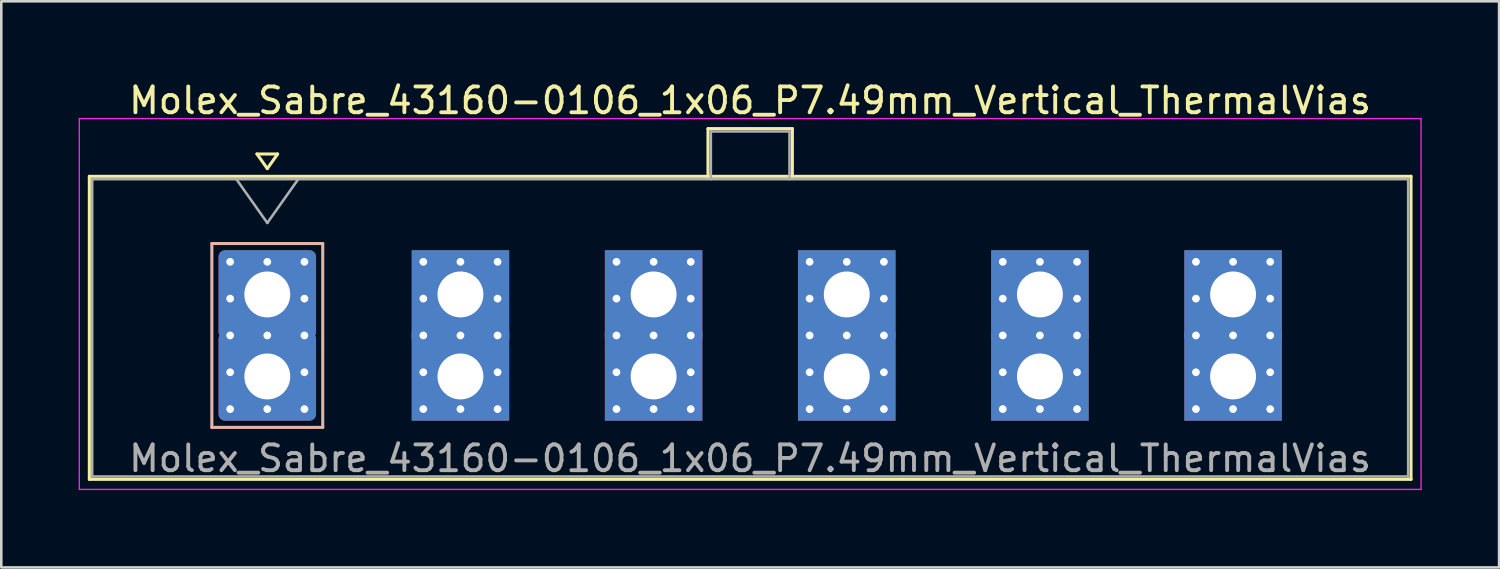
<source format=kicad_pcb>
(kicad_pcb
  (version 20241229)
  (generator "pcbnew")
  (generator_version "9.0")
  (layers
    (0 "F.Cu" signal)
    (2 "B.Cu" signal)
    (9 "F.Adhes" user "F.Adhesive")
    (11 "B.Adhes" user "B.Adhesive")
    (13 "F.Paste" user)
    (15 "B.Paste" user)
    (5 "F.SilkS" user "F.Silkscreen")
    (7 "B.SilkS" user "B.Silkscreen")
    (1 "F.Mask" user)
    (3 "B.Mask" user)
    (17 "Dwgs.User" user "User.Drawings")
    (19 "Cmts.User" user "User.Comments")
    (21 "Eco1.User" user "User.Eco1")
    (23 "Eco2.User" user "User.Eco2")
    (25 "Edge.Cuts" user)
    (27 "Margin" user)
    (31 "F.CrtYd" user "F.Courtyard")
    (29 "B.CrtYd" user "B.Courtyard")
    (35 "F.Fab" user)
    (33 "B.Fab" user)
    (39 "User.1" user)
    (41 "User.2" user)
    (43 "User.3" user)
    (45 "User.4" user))
  (footprint "Molex_Sabre_43160-0106_1x06_P7.49mm_Vertical_ThermalVias"
    (layer "F.Cu")
    (at 7.315 11.548)
    (property "Reference" "Molex_Sabre_43160-0106_1x06_P7.49mm_Vertical_ThermalVias" (at 18.72 -10.7 0) (layer "F.SilkS") (effects (font (size 1 1) (thickness 0.15))))
    (attr through_hole)
    (fp_line (start -6.9 -7.76) (end -6.9 3.99) (stroke (width 0.12) (type solid)) (layer "F.SilkS"))
    (fp_line (start -6.9 3.99) (end 44.35 3.99) (stroke (width 0.12) (type solid)) (layer "F.SilkS"))
    (fp_line (start -0.4 -8.626) (end 0 -8.06) (stroke (width 0.12) (type solid)) (layer "F.SilkS"))
    (fp_line (start 0 -8.06) (end 0.4 -8.626) (stroke (width 0.12) (type solid)) (layer "F.SilkS"))
    (fp_line (start 0.4 -8.626) (end -0.4 -8.626) (stroke (width 0.12) (type solid)) (layer "F.SilkS"))
    (fp_line (start 17.09 -9.61) (end 20.36 -9.61) (stroke (width 0.12) (type solid)) (layer "F.SilkS"))
    (fp_line (start 17.09 -7.76) (end 17.09 -9.61) (stroke (width 0.12) (type solid)) (layer "F.SilkS"))
    (fp_line (start 20.36 -9.61) (end 20.36 -7.76) (stroke (width 0.12) (type solid)) (layer "F.SilkS"))
    (fp_line (start 44.35 -7.76) (end -6.9 -7.76) (stroke (width 0.12) (type solid)) (layer "F.SilkS"))
    (fp_line (start 44.35 3.99) (end 44.35 -7.76) (stroke (width 0.12) (type solid)) (layer "F.SilkS"))
    (fp_line (start -2.15 -5.155) (end -2.15 1.975) (stroke (width 0.12) (type solid)) (layer "B.SilkS"))
    (fp_line (start -2.15 1.975) (end 2.15 1.975) (stroke (width 0.12) (type solid)) (layer "B.SilkS"))
    (fp_line (start 2.15 -5.155) (end -2.15 -5.155) (stroke (width 0.12) (type solid)) (layer "B.SilkS"))
    (fp_line (start 2.15 1.975) (end 2.15 -5.155) (stroke (width 0.12) (type solid)) (layer "B.SilkS"))
    (fp_line (start -7.29 -10) (end -7.29 4.38) (stroke (width 0.05) (type solid)) (layer "F.CrtYd"))
    (fp_line (start -7.29 4.38) (end 44.74 4.38) (stroke (width 0.05) (type solid)) (layer "F.CrtYd"))
    (fp_line (start 44.74 -10) (end -7.29 -10) (stroke (width 0.05) (type solid)) (layer "F.CrtYd"))
    (fp_line (start 44.74 4.38) (end 44.74 -10) (stroke (width 0.05) (type solid)) (layer "F.CrtYd"))
    (fp_line (start -6.79 -7.65) (end -6.79 3.88) (stroke (width 0.1) (type solid)) (layer "F.Fab"))
    (fp_line (start -6.79 3.88) (end 44.24 3.88) (stroke (width 0.1) (type solid)) (layer "F.Fab"))
    (fp_line (start -1.2 -7.65) (end 0 -5.953) (stroke (width 0.1) (type solid)) (layer "F.Fab"))
    (fp_line (start 0 -5.953) (end 1.2 -7.65) (stroke (width 0.1) (type solid)) (layer "F.Fab"))
    (fp_line (start 17.2 -9.5) (end 20.25 -9.5) (stroke (width 0.1) (type solid)) (layer "F.Fab"))
    (fp_line (start 17.2 -7.65) (end 17.2 -9.5) (stroke (width 0.1) (type solid)) (layer "F.Fab"))
    (fp_line (start 20.25 -9.5) (end 20.25 -7.65) (stroke (width 0.1) (type solid)) (layer "F.Fab"))
    (fp_line (start 44.24 -7.65) (end -6.79 -7.65) (stroke (width 0.1) (type solid)) (layer "F.Fab"))
    (fp_line (start 44.24 3.88) (end 44.24 -7.65) (stroke (width 0.1) (type solid)) (layer "F.Fab"))
    (fp_text user "${REFERENCE}" (at 18.72 3.18 0) (layer "F.Fab") (effects (font (size 1 1) (thickness 0.15))))
    (pad "1" thru_hole roundrect (at -1.44 -4.445) (size 0.6 0.6) (drill 0.3) (layers "*.Cu" "*.Mask") (roundrect_rratio 0.25))
    (pad "1" thru_hole roundrect (at -1.44 -3.018) (size 0.6 0.6) (drill 0.3) (layers "*.Cu" "*.Mask") (roundrect_rratio 0.25))
    (pad "1" thru_hole roundrect (at -1.44 -1.59) (size 0.6 0.6) (drill 0.3) (layers "*.Cu" "*.Mask") (roundrect_rratio 0.25))
    (pad "1" thru_hole roundrect (at -1.44 -0.163) (size 0.6 0.6) (drill 0.3) (layers "*.Cu" "*.Mask") (roundrect_rratio 0.25))
    (pad "1" thru_hole roundrect (at -1.44 1.265) (size 0.6 0.6) (drill 0.3) (layers "*.Cu" "*.Mask") (roundrect_rratio 0.25))
    (pad "1" thru_hole roundrect (at 0 -4.445) (size 0.6 0.6) (drill 0.3) (layers "*.Cu" "*.Mask") (roundrect_rratio 0.25))
    (pad "1" thru_hole roundrect (at 0 -3.18) (size 3.78 3.43) (drill 1.78) (layers "*.Cu" "*.Mask") (roundrect_rratio 0.073))
    (pad "1" thru_hole roundrect (at 0 -1.59) (size 0.6 0.6) (drill 0.3) (layers "*.Cu" "*.Mask") (roundrect_rratio 0.25))
    (pad "1" thru_hole roundrect (at 0 0) (size 3.78 3.43) (drill 1.78) (layers "*.Cu" "*.Mask") (roundrect_rratio 0.073))
    (pad "1" thru_hole roundrect (at 0 1.265) (size 0.6 0.6) (drill 0.3) (layers "*.Cu" "*.Mask") (roundrect_rratio 0.25))
    (pad "1" thru_hole roundrect (at 1.44 -4.445) (size 0.6 0.6) (drill 0.3) (layers "*.Cu" "*.Mask") (roundrect_rratio 0.25))
    (pad "1" thru_hole roundrect (at 1.44 -3.018) (size 0.6 0.6) (drill 0.3) (layers "*.Cu" "*.Mask") (roundrect_rratio 0.25))
    (pad "1" thru_hole roundrect (at 1.44 -1.59) (size 0.6 0.6) (drill 0.3) (layers "*.Cu" "*.Mask") (roundrect_rratio 0.25))
    (pad "1" thru_hole roundrect (at 1.44 -0.163) (size 0.6 0.6) (drill 0.3) (layers "*.Cu" "*.Mask") (roundrect_rratio 0.25))
    (pad "1" thru_hole roundrect (at 1.44 1.265) (size 0.6 0.6) (drill 0.3) (layers "*.Cu" "*.Mask") (roundrect_rratio 0.25))
    (pad "2" thru_hole circle (at 6.05 -4.445) (size 0.6 0.6) (drill 0.3) (layers "*.Cu" "*.Mask"))
    (pad "2" thru_hole circle (at 6.05 -3.018) (size 0.6 0.6) (drill 0.3) (layers "*.Cu" "*.Mask"))
    (pad "2" thru_hole circle (at 6.05 -1.59) (size 0.6 0.6) (drill 0.3) (layers "*.Cu" "*.Mask"))
    (pad "2" thru_hole circle (at 6.05 -0.163) (size 0.6 0.6) (drill 0.3) (layers "*.Cu" "*.Mask"))
    (pad "2" thru_hole circle (at 6.05 1.265) (size 0.6 0.6) (drill 0.3) (layers "*.Cu" "*.Mask"))
    (pad "2" thru_hole circle (at 7.49 -4.445) (size 0.6 0.6) (drill 0.3) (layers "*.Cu" "*.Mask"))
    (pad "2" thru_hole rect (at 7.49 -3.18) (size 3.78 3.43) (drill 1.78) (layers "*.Cu" "*.Mask"))
    (pad "2" thru_hole circle (at 7.49 -1.59) (size 0.6 0.6) (drill 0.3) (layers "*.Cu" "*.Mask"))
    (pad "2" thru_hole rect (at 7.49 0) (size 3.78 3.43) (drill 1.78) (layers "*.Cu" "*.Mask"))
    (pad "2" thru_hole circle (at 7.49 1.265) (size 0.6 0.6) (drill 0.3) (layers "*.Cu" "*.Mask"))
    (pad "2" thru_hole circle (at 8.93 -4.445) (size 0.6 0.6) (drill 0.3) (layers "*.Cu" "*.Mask"))
    (pad "2" thru_hole circle (at 8.93 -3.018) (size 0.6 0.6) (drill 0.3) (layers "*.Cu" "*.Mask"))
    (pad "2" thru_hole circle (at 8.93 -1.59) (size 0.6 0.6) (drill 0.3) (layers "*.Cu" "*.Mask"))
    (pad "2" thru_hole circle (at 8.93 -0.163) (size 0.6 0.6) (drill 0.3) (layers "*.Cu" "*.Mask"))
    (pad "2" thru_hole circle (at 8.93 1.265) (size 0.6 0.6) (drill 0.3) (layers "*.Cu" "*.Mask"))
    (pad "3" thru_hole circle (at 13.54 -4.445) (size 0.6 0.6) (drill 0.3) (layers "*.Cu" "*.Mask"))
    (pad "3" thru_hole circle (at 13.54 -3.018) (size 0.6 0.6) (drill 0.3) (layers "*.Cu" "*.Mask"))
    (pad "3" thru_hole circle (at 13.54 -1.59) (size 0.6 0.6) (drill 0.3) (layers "*.Cu" "*.Mask"))
    (pad "3" thru_hole circle (at 13.54 -0.163) (size 0.6 0.6) (drill 0.3) (layers "*.Cu" "*.Mask"))
    (pad "3" thru_hole circle (at 13.54 1.265) (size 0.6 0.6) (drill 0.3) (layers "*.Cu" "*.Mask"))
    (pad "3" thru_hole circle (at 14.98 -4.445) (size 0.6 0.6) (drill 0.3) (layers "*.Cu" "*.Mask"))
    (pad "3" thru_hole rect (at 14.98 -3.18) (size 3.78 3.43) (drill 1.78) (layers "*.Cu" "*.Mask"))
    (pad "3" thru_hole circle (at 14.98 -1.59) (size 0.6 0.6) (drill 0.3) (layers "*.Cu" "*.Mask"))
    (pad "3" thru_hole rect (at 14.98 0) (size 3.78 3.43) (drill 1.78) (layers "*.Cu" "*.Mask"))
    (pad "3" thru_hole circle (at 14.98 1.265) (size 0.6 0.6) (drill 0.3) (layers "*.Cu" "*.Mask"))
    (pad "3" thru_hole circle (at 16.42 -4.445) (size 0.6 0.6) (drill 0.3) (layers "*.Cu" "*.Mask"))
    (pad "3" thru_hole circle (at 16.42 -3.018) (size 0.6 0.6) (drill 0.3) (layers "*.Cu" "*.Mask"))
    (pad "3" thru_hole circle (at 16.42 -1.59) (size 0.6 0.6) (drill 0.3) (layers "*.Cu" "*.Mask"))
    (pad "3" thru_hole circle (at 16.42 -0.163) (size 0.6 0.6) (drill 0.3) (layers "*.Cu" "*.Mask"))
    (pad "3" thru_hole circle (at 16.42 1.265) (size 0.6 0.6) (drill 0.3) (layers "*.Cu" "*.Mask"))
    (pad "4" thru_hole circle (at 21.03 -4.445) (size 0.6 0.6) (drill 0.3) (layers "*.Cu" "*.Mask"))
    (pad "4" thru_hole circle (at 21.03 -3.018) (size 0.6 0.6) (drill 0.3) (layers "*.Cu" "*.Mask"))
    (pad "4" thru_hole circle (at 21.03 -1.59) (size 0.6 0.6) (drill 0.3) (layers "*.Cu" "*.Mask"))
    (pad "4" thru_hole circle (at 21.03 -0.163) (size 0.6 0.6) (drill 0.3) (layers "*.Cu" "*.Mask"))
    (pad "4" thru_hole circle (at 21.03 1.265) (size 0.6 0.6) (drill 0.3) (layers "*.Cu" "*.Mask"))
    (pad "4" thru_hole circle (at 22.47 -4.445) (size 0.6 0.6) (drill 0.3) (layers "*.Cu" "*.Mask"))
    (pad "4" thru_hole rect (at 22.47 -3.18) (size 3.78 3.43) (drill 1.78) (layers "*.Cu" "*.Mask"))
    (pad "4" thru_hole circle (at 22.47 -1.59) (size 0.6 0.6) (drill 0.3) (layers "*.Cu" "*.Mask"))
    (pad "4" thru_hole rect (at 22.47 0) (size 3.78 3.43) (drill 1.78) (layers "*.Cu" "*.Mask"))
    (pad "4" thru_hole circle (at 22.47 1.265) (size 0.6 0.6) (drill 0.3) (layers "*.Cu" "*.Mask"))
    (pad "4" thru_hole circle (at 23.91 -4.445) (size 0.6 0.6) (drill 0.3) (layers "*.Cu" "*.Mask"))
    (pad "4" thru_hole circle (at 23.91 -3.018) (size 0.6 0.6) (drill 0.3) (layers "*.Cu" "*.Mask"))
    (pad "4" thru_hole circle (at 23.91 -1.59) (size 0.6 0.6) (drill 0.3) (layers "*.Cu" "*.Mask"))
    (pad "4" thru_hole circle (at 23.91 -0.163) (size 0.6 0.6) (drill 0.3) (layers "*.Cu" "*.Mask"))
    (pad "4" thru_hole circle (at 23.91 1.265) (size 0.6 0.6) (drill 0.3) (layers "*.Cu" "*.Mask"))
    (pad "5" thru_hole circle (at 28.52 -4.445) (size 0.6 0.6) (drill 0.3) (layers "*.Cu" "*.Mask"))
    (pad "5" thru_hole circle (at 28.52 -3.018) (size 0.6 0.6) (drill 0.3) (layers "*.Cu" "*.Mask"))
    (pad "5" thru_hole circle (at 28.52 -1.59) (size 0.6 0.6) (drill 0.3) (layers "*.Cu" "*.Mask"))
    (pad "5" thru_hole circle (at 28.52 -0.163) (size 0.6 0.6) (drill 0.3) (layers "*.Cu" "*.Mask"))
    (pad "5" thru_hole circle (at 28.52 1.265) (size 0.6 0.6) (drill 0.3) (layers "*.Cu" "*.Mask"))
    (pad "5" thru_hole circle (at 29.96 -4.445) (size 0.6 0.6) (drill 0.3) (layers "*.Cu" "*.Mask"))
    (pad "5" thru_hole rect (at 29.96 -3.18) (size 3.78 3.43) (drill 1.78) (layers "*.Cu" "*.Mask"))
    (pad "5" thru_hole circle (at 29.96 -1.59) (size 0.6 0.6) (drill 0.3) (layers "*.Cu" "*.Mask"))
    (pad "5" thru_hole rect (at 29.96 0) (size 3.78 3.43) (drill 1.78) (layers "*.Cu" "*.Mask"))
    (pad "5" thru_hole circle (at 29.96 1.265) (size 0.6 0.6) (drill 0.3) (layers "*.Cu" "*.Mask"))
    (pad "5" thru_hole circle (at 31.4 -4.445) (size 0.6 0.6) (drill 0.3) (layers "*.Cu" "*.Mask"))
    (pad "5" thru_hole circle (at 31.4 -3.018) (size 0.6 0.6) (drill 0.3) (layers "*.Cu" "*.Mask"))
    (pad "5" thru_hole circle (at 31.4 -1.59) (size 0.6 0.6) (drill 0.3) (layers "*.Cu" "*.Mask"))
    (pad "5" thru_hole circle (at 31.4 -0.163) (size 0.6 0.6) (drill 0.3) (layers "*.Cu" "*.Mask"))
    (pad "5" thru_hole circle (at 31.4 1.265) (size 0.6 0.6) (drill 0.3) (layers "*.Cu" "*.Mask"))
    (pad "6" thru_hole circle (at 36.01 -4.445) (size 0.6 0.6) (drill 0.3) (layers "*.Cu" "*.Mask"))
    (pad "6" thru_hole circle (at 36.01 -3.018) (size 0.6 0.6) (drill 0.3) (layers "*.Cu" "*.Mask"))
    (pad "6" thru_hole circle (at 36.01 -1.59) (size 0.6 0.6) (drill 0.3) (layers "*.Cu" "*.Mask"))
    (pad "6" thru_hole circle (at 36.01 -0.163) (size 0.6 0.6) (drill 0.3) (layers "*.Cu" "*.Mask"))
    (pad "6" thru_hole circle (at 36.01 1.265) (size 0.6 0.6) (drill 0.3) (layers "*.Cu" "*.Mask"))
    (pad "6" thru_hole circle (at 37.45 -4.445) (size 0.6 0.6) (drill 0.3) (layers "*.Cu" "*.Mask"))
    (pad "6" thru_hole rect (at 37.45 -3.18) (size 3.78 3.43) (drill 1.78) (layers "*.Cu" "*.Mask"))
    (pad "6" thru_hole circle (at 37.45 -1.59) (size 0.6 0.6) (drill 0.3) (layers "*.Cu" "*.Mask"))
    (pad "6" thru_hole rect (at 37.45 0) (size 3.78 3.43) (drill 1.78) (layers "*.Cu" "*.Mask"))
    (pad "6" thru_hole circle (at 37.45 1.265) (size 0.6 0.6) (drill 0.3) (layers "*.Cu" "*.Mask"))
    (pad "6" thru_hole circle (at 38.89 -4.445) (size 0.6 0.6) (drill 0.3) (layers "*.Cu" "*.Mask"))
    (pad "6" thru_hole circle (at 38.89 -3.018) (size 0.6 0.6) (drill 0.3) (layers "*.Cu" "*.Mask"))
    (pad "6" thru_hole circle (at 38.89 -1.59) (size 0.6 0.6) (drill 0.3) (layers "*.Cu" "*.Mask"))
    (pad "6" thru_hole circle (at 38.89 -0.163) (size 0.6 0.6) (drill 0.3) (layers "*.Cu" "*.Mask"))
    (pad "6" thru_hole circle (at 38.89 1.265) (size 0.6 0.6) (drill 0.3) (layers "*.Cu" "*.Mask")))
  (gr_rect
    (start -3 -3)
    (end 55.08 18.953)
    (stroke (width 0.1) (type default))
    (fill no)
    (layer "Edge.Cuts")))
</source>
